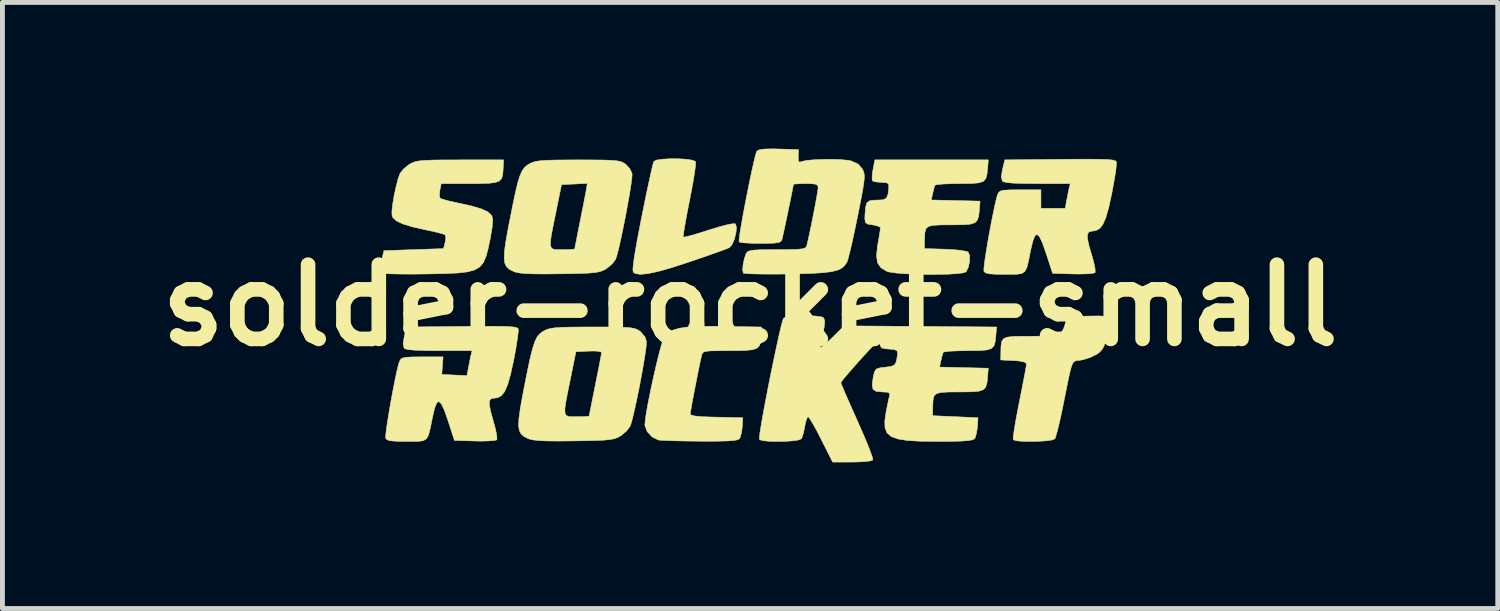
<source format=kicad_pcb>
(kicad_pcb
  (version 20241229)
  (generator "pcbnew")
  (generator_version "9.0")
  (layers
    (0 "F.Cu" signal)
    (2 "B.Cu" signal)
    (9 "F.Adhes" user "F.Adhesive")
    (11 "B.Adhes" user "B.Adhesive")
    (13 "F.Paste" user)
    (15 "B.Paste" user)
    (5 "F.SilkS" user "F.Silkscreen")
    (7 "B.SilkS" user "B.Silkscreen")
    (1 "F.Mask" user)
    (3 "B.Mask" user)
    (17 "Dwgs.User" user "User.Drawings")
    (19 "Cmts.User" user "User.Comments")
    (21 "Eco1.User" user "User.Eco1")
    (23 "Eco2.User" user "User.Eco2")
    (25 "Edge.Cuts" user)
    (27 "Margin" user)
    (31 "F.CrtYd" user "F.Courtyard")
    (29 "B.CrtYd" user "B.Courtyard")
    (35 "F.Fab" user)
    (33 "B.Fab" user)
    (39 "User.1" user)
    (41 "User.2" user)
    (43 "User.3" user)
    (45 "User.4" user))
  (footprint "solder-rocket-small"
    (layer "F.Cu")
    (at 12.344 3.216)
    (property "Reference" "solder-rocket-small" (at 0 0 0) (layer "F.SilkS") (effects (font (size 1.524 1.524) (thickness 0.3))))
    (attr through_hole)
    (fp_poly (pts (xy -1.48 -3.008) (xy -1.322 -2.999) (xy -1.196 -2.981) (xy -1.124 -2.955) (xy -1.117 -2.946) (xy -1.118 -2.886) (xy -1.134 -2.759) (xy -1.162 -2.578) (xy -1.202 -2.358) (xy -1.242 -2.152) (xy -1.289 -1.914) (xy -1.327 -1.706) (xy -1.355 -1.542) (xy -1.37 -1.435) (xy -1.371 -1.399) (xy -1.326 -1.405) (xy -1.217 -1.432) (xy -1.059 -1.478) (xy -0.868 -1.538) (xy -0.846 -1.546) (xy -0.611 -1.617) (xy -0.437 -1.662) (xy -0.33 -1.677) (xy -0.299 -1.67) (xy -0.279 -1.599) (xy -0.29 -1.484) (xy -0.323 -1.356) (xy -0.371 -1.245) (xy -0.424 -1.185) (xy -0.488 -1.158) (xy -0.618 -1.11) (xy -0.8 -1.045) (xy -1.019 -0.969) (xy -1.253 -0.889) (xy -1.602 -0.775) (xy -1.881 -0.696) (xy -2.096 -0.65) (xy -2.252 -0.635) (xy -2.355 -0.652) (xy -2.397 -0.679) (xy -2.405 -0.73) (xy -2.396 -0.851) (xy -2.367 -1.045) (xy -2.32 -1.315) (xy -2.254 -1.663) (xy -2.225 -1.811) (xy -2.165 -2.106) (xy -2.11 -2.374) (xy -2.06 -2.604) (xy -2.02 -2.786) (xy -1.99 -2.906) (xy -1.975 -2.953) (xy -1.918 -2.981) (xy -1.8 -2.999) (xy -1.647 -3.008) (xy -1.48 -3.008)) (stroke (width 0.01) (type solid)) (fill yes) (layer "F.SilkS"))
    (fp_poly (pts (xy -0.55 0.433) (xy 0.233 0.445) (xy 0.224 0.628) (xy 0.216 0.744) (xy 0.193 0.826) (xy 0.143 0.88) (xy 0.053 0.911) (xy -0.089 0.926) (xy -0.297 0.931) (xy -0.428 0.931) (xy -0.651 0.932) (xy -0.804 0.935) (xy -0.9 0.944) (xy -0.955 0.96) (xy -0.981 0.986) (xy -0.994 1.025) (xy -0.994 1.027) (xy -1.021 1.146) (xy -1.056 1.312) (xy -1.094 1.505) (xy -1.134 1.707) (xy -1.171 1.9) (xy -1.201 2.063) (xy -1.221 2.179) (xy -1.228 2.227) (xy -1.208 2.252) (xy -1.141 2.27) (xy -1.017 2.283) (xy -0.825 2.292) (xy -0.688 2.295) (xy -0.148 2.307) (xy -0.16 2.495) (xy -0.178 2.623) (xy -0.207 2.719) (xy -0.219 2.739) (xy -0.257 2.76) (xy -0.34 2.775) (xy -0.477 2.784) (xy -0.676 2.789) (xy -0.949 2.79) (xy -1.032 2.789) (xy -1.284 2.786) (xy -1.51 2.782) (xy -1.696 2.776) (xy -1.827 2.77) (xy -1.884 2.764) (xy -2.012 2.699) (xy -2.112 2.591) (xy -2.158 2.467) (xy -2.159 2.451) (xy -2.15 2.345) (xy -2.125 2.181) (xy -2.087 1.974) (xy -2.04 1.74) (xy -1.987 1.494) (xy -1.932 1.253) (xy -1.878 1.03) (xy -1.828 0.843) (xy -1.787 0.706) (xy -1.757 0.636) (xy -1.755 0.633) (xy -1.677 0.562) (xy -1.58 0.508) (xy -1.452 0.47) (xy -1.283 0.446) (xy -1.06 0.433) (xy -0.771 0.43) (xy -0.55 0.433)) (stroke (width 0.01) (type solid)) (fill yes) (layer "F.SilkS"))
    (fp_poly (pts (xy 7.286 0.224) (xy 7.363 0.241) (xy 7.388 0.263) (xy 7.388 0.329) (xy 7.37 0.451) (xy 7.337 0.603) (xy 7.334 0.613) (xy 7.287 0.779) (xy 7.238 0.887) (xy 7.175 0.961) (xy 7.119 1.002) (xy 6.983 1.07) (xy 6.825 1.119) (xy 6.794 1.124) (xy 6.735 1.131) (xy 6.689 1.137) (xy 6.654 1.152) (xy 6.624 1.187) (xy 6.597 1.251) (xy 6.568 1.355) (xy 6.534 1.507) (xy 6.491 1.719) (xy 6.434 2.001) (xy 6.411 2.117) (xy 6.366 2.33) (xy 6.322 2.515) (xy 6.285 2.655) (xy 6.259 2.733) (xy 6.254 2.741) (xy 6.196 2.764) (xy 6.079 2.781) (xy 5.925 2.791) (xy 5.757 2.795) (xy 5.599 2.792) (xy 5.474 2.781) (xy 5.406 2.762) (xy 5.4 2.756) (xy 5.401 2.705) (xy 5.417 2.584) (xy 5.445 2.409) (xy 5.485 2.193) (xy 5.525 1.987) (xy 5.573 1.747) (xy 5.614 1.533) (xy 5.647 1.361) (xy 5.667 1.245) (xy 5.673 1.201) (xy 5.635 1.166) (xy 5.521 1.143) (xy 5.408 1.134) (xy 5.144 1.122) (xy 5.147 0.95) (xy 5.15 0.826) (xy 5.165 0.739) (xy 5.203 0.684) (xy 5.278 0.653) (xy 5.404 0.639) (xy 5.592 0.635) (xy 5.748 0.635) (xy 5.998 0.633) (xy 6.178 0.623) (xy 6.3 0.6) (xy 6.379 0.559) (xy 6.427 0.497) (xy 6.46 0.407) (xy 6.466 0.381) (xy 6.503 0.233) (xy 6.935 0.221) (xy 7.147 0.218) (xy 7.286 0.224)) (stroke (width 0.01) (type solid)) (fill yes) (layer "F.SilkS"))
    (fp_poly (pts (xy -5.067 -2.801) (xy -5.076 -2.688) (xy -5.097 -2.607) (xy -5.144 -2.553) (xy -5.229 -2.52) (xy -5.364 -2.504) (xy -5.563 -2.498) (xy -5.757 -2.498) (xy -6.339 -2.498) (xy -6.366 -2.363) (xy -6.376 -2.261) (xy -6.363 -2.199) (xy -6.361 -2.197) (xy -6.307 -2.176) (xy -6.191 -2.144) (xy -6.035 -2.109) (xy -5.969 -2.095) (xy -5.703 -2.036) (xy -5.512 -1.978) (xy -5.384 -1.919) (xy -5.31 -1.852) (xy -5.298 -1.833) (xy -5.282 -1.754) (xy -5.291 -1.617) (xy -5.325 -1.411) (xy -5.333 -1.368) (xy -5.376 -1.162) (xy -5.42 -1) (xy -5.473 -0.877) (xy -5.548 -0.788) (xy -5.653 -0.726) (xy -5.8 -0.686) (xy -5.999 -0.663) (xy -6.259 -0.651) (xy -6.592 -0.644) (xy -6.674 -0.643) (xy -6.953 -0.64) (xy -7.196 -0.642) (xy -7.39 -0.646) (xy -7.525 -0.654) (xy -7.589 -0.665) (xy -7.593 -0.668) (xy -7.597 -0.728) (xy -7.582 -0.839) (xy -7.565 -0.914) (xy -7.514 -1.122) (xy -6.903 -1.143) (xy -6.292 -1.164) (xy -6.259 -1.29) (xy -6.244 -1.387) (xy -6.256 -1.445) (xy -6.256 -1.445) (xy -6.309 -1.466) (xy -6.424 -1.497) (xy -6.58 -1.532) (xy -6.646 -1.546) (xy -6.924 -1.608) (xy -7.124 -1.669) (xy -7.257 -1.731) (xy -7.331 -1.8) (xy -7.348 -1.84) (xy -7.351 -1.929) (xy -7.335 -2.075) (xy -7.306 -2.251) (xy -7.267 -2.431) (xy -7.226 -2.591) (xy -7.185 -2.704) (xy -7.184 -2.706) (xy -7.114 -2.796) (xy -7.007 -2.884) (xy -6.985 -2.898) (xy -6.929 -2.927) (xy -6.868 -2.949) (xy -6.787 -2.964) (xy -6.676 -2.974) (xy -6.52 -2.981) (xy -6.308 -2.984) (xy -6.026 -2.984) (xy -5.948 -2.985) (xy -5.059 -2.985) (xy -5.067 -2.801)) (stroke (width 0.01) (type solid)) (fill yes) (layer "F.SilkS"))
    (fp_poly (pts (xy -3.236 -2.984) (xy -3.017 -2.982) (xy -2.857 -2.977) (xy -2.745 -2.967) (xy -2.667 -2.953) (xy -2.611 -2.932) (xy -2.565 -2.904) (xy -2.554 -2.896) (xy -2.468 -2.805) (xy -2.422 -2.705) (xy -2.421 -2.7) (xy -2.425 -2.619) (xy -2.444 -2.473) (xy -2.475 -2.277) (xy -2.516 -2.049) (xy -2.561 -1.805) (xy -2.61 -1.563) (xy -2.657 -1.338) (xy -2.701 -1.147) (xy -2.738 -1.008) (xy -2.76 -0.944) (xy -2.833 -0.847) (xy -2.943 -0.756) (xy -2.963 -0.743) (xy -3.023 -0.712) (xy -3.091 -0.689) (xy -3.181 -0.673) (xy -3.306 -0.661) (xy -3.481 -0.654) (xy -3.717 -0.648) (xy -3.916 -0.646) (xy -4.219 -0.643) (xy -4.45 -0.645) (xy -4.62 -0.652) (xy -4.741 -0.665) (xy -4.826 -0.684) (xy -4.858 -0.697) (xy -4.94 -0.739) (xy -4.998 -0.791) (xy -5.033 -0.864) (xy -5.047 -0.967) (xy -5.04 -1.114) (xy -5.014 -1.302) (xy -4.097 -1.302) (xy -4.094 -1.216) (xy -4.069 -1.168) (xy -4.018 -1.147) (xy -3.94 -1.143) (xy -3.852 -1.143) (xy -3.718 -1.145) (xy -3.626 -1.151) (xy -3.598 -1.158) (xy -3.591 -1.203) (xy -3.569 -1.315) (xy -3.538 -1.476) (xy -3.499 -1.67) (xy -3.498 -1.677) (xy -3.455 -1.89) (xy -3.416 -2.089) (xy -3.385 -2.249) (xy -3.368 -2.341) (xy -3.34 -2.502) (xy -3.605 -2.489) (xy -3.87 -2.477) (xy -3.986 -1.905) (xy -4.041 -1.636) (xy -4.079 -1.439) (xy -4.097 -1.302) (xy -5.014 -1.302) (xy -5.012 -1.314) (xy -4.965 -1.58) (xy -4.927 -1.772) (xy -4.863 -2.094) (xy -4.81 -2.344) (xy -4.764 -2.531) (xy -4.72 -2.667) (xy -4.676 -2.764) (xy -4.628 -2.83) (xy -4.571 -2.878) (xy -4.522 -2.908) (xy -4.464 -2.934) (xy -4.393 -2.954) (xy -4.296 -2.968) (xy -4.16 -2.977) (xy -3.973 -2.982) (xy -3.722 -2.984) (xy -3.527 -2.985) (xy -3.236 -2.984)) (stroke (width 0.01) (type solid)) (fill yes) (layer "F.SilkS"))
    (fp_poly (pts (xy -2.94 0.445) (xy -2.72 0.447) (xy -2.561 0.452) (xy -2.448 0.462) (xy -2.37 0.476) (xy -2.315 0.497) (xy -2.269 0.525) (xy -2.257 0.533) (xy -2.156 0.649) (xy -2.126 0.745) (xy -2.131 0.832) (xy -2.151 0.984) (xy -2.183 1.185) (xy -2.224 1.416) (xy -2.27 1.662) (xy -2.319 1.904) (xy -2.367 2.125) (xy -2.41 2.309) (xy -2.446 2.439) (xy -2.463 2.484) (xy -2.537 2.582) (xy -2.647 2.673) (xy -2.667 2.686) (xy -2.727 2.717) (xy -2.795 2.74) (xy -2.885 2.756) (xy -3.01 2.768) (xy -3.184 2.775) (xy -3.421 2.78) (xy -3.619 2.783) (xy -3.923 2.786) (xy -4.154 2.784) (xy -4.324 2.777) (xy -4.445 2.764) (xy -4.529 2.745) (xy -4.562 2.732) (xy -4.643 2.69) (xy -4.701 2.638) (xy -4.737 2.565) (xy -4.751 2.462) (xy -4.743 2.315) (xy -4.717 2.127) (xy -3.801 2.127) (xy -3.798 2.213) (xy -3.772 2.261) (xy -3.721 2.282) (xy -3.644 2.286) (xy -3.556 2.286) (xy -3.422 2.284) (xy -3.33 2.278) (xy -3.302 2.271) (xy -3.294 2.227) (xy -3.272 2.114) (xy -3.239 1.948) (xy -3.198 1.744) (xy -3.175 1.63) (xy -3.131 1.409) (xy -3.093 1.217) (xy -3.065 1.069) (xy -3.05 0.981) (xy -3.048 0.965) (xy -3.086 0.947) (xy -3.187 0.938) (xy -3.311 0.94) (xy -3.574 0.953) (xy -3.69 1.524) (xy -3.745 1.793) (xy -3.782 1.99) (xy -3.801 2.127) (xy -4.717 2.127) (xy -4.716 2.115) (xy -4.668 1.849) (xy -4.631 1.657) (xy -4.567 1.335) (xy -4.514 1.085) (xy -4.467 0.898) (xy -4.424 0.762) (xy -4.38 0.665) (xy -4.332 0.599) (xy -4.275 0.551) (xy -4.226 0.521) (xy -4.168 0.495) (xy -4.097 0.475) (xy -3.999 0.461) (xy -3.864 0.452) (xy -3.676 0.447) (xy -3.425 0.445) (xy -3.231 0.445) (xy -2.94 0.445)) (stroke (width 0.01) (type solid)) (fill yes) (layer "F.SilkS"))
    (fp_poly (pts (xy 7.184 -2.997) (xy 7.331 -2.992) (xy 7.429 -2.983) (xy 7.487 -2.97) (xy 7.514 -2.953) (xy 7.518 -2.947) (xy 7.519 -2.885) (xy 7.504 -2.758) (xy 7.476 -2.581) (xy 7.438 -2.372) (xy 7.424 -2.301) (xy 7.363 -2.017) (xy 7.304 -1.808) (xy 7.242 -1.663) (xy 7.174 -1.575) (xy 7.094 -1.532) (xy 7.028 -1.524) (xy 6.958 -1.509) (xy 6.924 -1.458) (xy 6.925 -1.36) (xy 6.961 -1.202) (xy 7.005 -1.055) (xy 7.053 -0.887) (xy 7.08 -0.755) (xy 7.083 -0.678) (xy 7.078 -0.669) (xy 7.022 -0.654) (xy 6.902 -0.645) (xy 6.738 -0.642) (xy 6.625 -0.644) (xy 6.209 -0.656) (xy 6.078 -1.058) (xy 6.003 -1.273) (xy 5.942 -1.405) (xy 5.89 -1.455) (xy 5.845 -1.425) (xy 5.802 -1.315) (xy 5.757 -1.125) (xy 5.756 -1.12) (xy 5.716 -0.914) (xy 5.681 -0.776) (xy 5.638 -0.693) (xy 5.572 -0.651) (xy 5.467 -0.636) (xy 5.31 -0.635) (xy 5.228 -0.635) (xy 5.031 -0.638) (xy 4.904 -0.647) (xy 4.832 -0.666) (xy 4.8 -0.696) (xy 4.799 -0.699) (xy 4.799 -0.759) (xy 4.813 -0.885) (xy 4.839 -1.061) (xy 4.873 -1.27) (xy 4.913 -1.495) (xy 4.955 -1.72) (xy 4.997 -1.929) (xy 5.035 -2.104) (xy 5.066 -2.23) (xy 5.081 -2.275) (xy 5.104 -2.319) (xy 5.142 -2.347) (xy 5.211 -2.362) (xy 5.329 -2.369) (xy 5.511 -2.371) (xy 5.545 -2.371) (xy 5.969 -2.371) (xy 5.969 -1.99) (xy 6.218 -1.99) (xy 6.468 -1.99) (xy 6.496 -2.148) (xy 6.522 -2.281) (xy 6.546 -2.394) (xy 6.548 -2.402) (xy 6.571 -2.498) (xy 5.894 -2.498) (xy 5.612 -2.5) (xy 5.407 -2.507) (xy 5.271 -2.519) (xy 5.195 -2.537) (xy 5.176 -2.551) (xy 5.156 -2.639) (xy 5.181 -2.794) (xy 5.228 -2.985) (xy 6.362 -2.996) (xy 6.709 -2.999) (xy 6.98 -2.999) (xy 7.184 -2.997)) (stroke (width 0.01) (type solid)) (fill yes) (layer "F.SilkS"))
    (fp_poly (pts (xy -5.092 0.432) (xy -4.945 0.437) (xy -4.847 0.446) (xy -4.789 0.459) (xy -4.762 0.476) (xy -4.758 0.482) (xy -4.758 0.544) (xy -4.773 0.671) (xy -4.8 0.848) (xy -4.838 1.057) (xy -4.852 1.128) (xy -4.914 1.412) (xy -4.973 1.621) (xy -5.034 1.766) (xy -5.103 1.854) (xy -5.183 1.897) (xy -5.249 1.905) (xy -5.315 1.917) (xy -5.349 1.96) (xy -5.351 2.048) (xy -5.321 2.192) (xy -5.271 2.369) (xy -5.227 2.533) (xy -5.2 2.666) (xy -5.195 2.747) (xy -5.2 2.762) (xy -5.255 2.776) (xy -5.375 2.784) (xy -5.539 2.787) (xy -5.652 2.785) (xy -6.068 2.773) (xy -6.198 2.371) (xy -6.273 2.156) (xy -6.335 2.024) (xy -6.386 1.974) (xy -6.432 2.004) (xy -6.475 2.114) (xy -6.519 2.304) (xy -6.52 2.309) (xy -6.561 2.515) (xy -6.596 2.653) (xy -6.638 2.736) (xy -6.705 2.778) (xy -6.809 2.793) (xy -6.967 2.794) (xy -7.048 2.794) (xy -7.245 2.791) (xy -7.372 2.782) (xy -7.444 2.763) (xy -7.476 2.734) (xy -7.478 2.729) (xy -7.478 2.669) (xy -7.464 2.543) (xy -7.438 2.367) (xy -7.404 2.158) (xy -7.364 1.932) (xy -7.322 1.707) (xy -7.281 1.499) (xy -7.243 1.324) (xy -7.211 1.198) (xy -7.196 1.154) (xy -7.173 1.11) (xy -7.135 1.083) (xy -7.066 1.067) (xy -6.949 1.06) (xy -6.767 1.058) (xy -6.729 1.058) (xy -6.301 1.058) (xy -6.314 1.238) (xy -6.327 1.418) (xy -6.069 1.431) (xy -5.81 1.443) (xy -5.781 1.282) (xy -5.755 1.149) (xy -5.731 1.036) (xy -5.729 1.027) (xy -5.706 0.931) (xy -6.383 0.931) (xy -6.664 0.929) (xy -6.869 0.922) (xy -7.006 0.91) (xy -7.082 0.892) (xy -7.101 0.878) (xy -7.121 0.79) (xy -7.096 0.635) (xy -7.048 0.445) (xy -5.915 0.433) (xy -5.568 0.43) (xy -5.297 0.43) (xy -5.092 0.432)) (stroke (width 0.01) (type solid)) (fill yes) (layer "F.SilkS"))
    (fp_poly (pts (xy 4.876 -2.818) (xy 4.862 -2.687) (xy 4.837 -2.598) (xy 4.785 -2.543) (xy 4.693 -2.513) (xy 4.546 -2.5) (xy 4.331 -2.498) (xy 4.298 -2.498) (xy 4.105 -2.495) (xy 3.945 -2.488) (xy 3.836 -2.477) (xy 3.796 -2.466) (xy 3.775 -2.406) (xy 3.75 -2.303) (xy 3.748 -2.298) (xy 3.719 -2.162) (xy 4.22 -2.15) (xy 4.72 -2.138) (xy 4.707 -1.971) (xy 4.693 -1.841) (xy 4.668 -1.752) (xy 4.616 -1.696) (xy 4.525 -1.666) (xy 4.379 -1.654) (xy 4.165 -1.651) (xy 4.125 -1.651) (xy 3.903 -1.65) (xy 3.752 -1.641) (xy 3.659 -1.617) (xy 3.608 -1.569) (xy 3.587 -1.49) (xy 3.581 -1.371) (xy 3.58 -1.336) (xy 3.577 -1.164) (xy 3.998 -1.152) (xy 4.183 -1.142) (xy 4.339 -1.126) (xy 4.445 -1.106) (xy 4.475 -1.093) (xy 4.505 -1.022) (xy 4.506 -0.907) (xy 4.481 -0.785) (xy 4.434 -0.688) (xy 4.434 -0.688) (xy 4.375 -0.666) (xy 4.249 -0.65) (xy 4.071 -0.639) (xy 3.858 -0.634) (xy 3.628 -0.633) (xy 3.396 -0.638) (xy 3.18 -0.648) (xy 2.996 -0.663) (xy 2.86 -0.682) (xy 2.805 -0.698) (xy 2.685 -0.771) (xy 2.616 -0.872) (xy 2.595 -1.015) (xy 2.615 -1.217) (xy 2.624 -1.269) (xy 2.651 -1.419) (xy 2.669 -1.536) (xy 2.675 -1.596) (xy 2.675 -1.597) (xy 2.634 -1.623) (xy 2.539 -1.647) (xy 2.51 -1.651) (xy 2.411 -1.668) (xy 2.366 -1.702) (xy 2.355 -1.778) (xy 2.358 -1.859) (xy 2.37 -2.015) (xy 2.398 -2.105) (xy 2.457 -2.147) (xy 2.562 -2.159) (xy 2.603 -2.159) (xy 2.73 -2.166) (xy 2.799 -2.201) (xy 2.832 -2.285) (xy 2.845 -2.392) (xy 2.847 -2.475) (xy 2.813 -2.512) (xy 2.722 -2.522) (xy 2.699 -2.522) (xy 2.588 -2.532) (xy 2.518 -2.55) (xy 2.512 -2.554) (xy 2.503 -2.609) (xy 2.511 -2.716) (xy 2.522 -2.783) (xy 2.561 -2.985) (xy 4.889 -2.985) (xy 4.876 -2.818)) (stroke (width 0.01) (type solid)) (fill yes) (layer "F.SilkS"))
    (fp_poly (pts (xy 0.588 -3.208) (xy 0.995 -3.196) (xy 0.988 -3.056) (xy 0.991 -2.963) (xy 1.016 -2.937) (xy 1.052 -2.948) (xy 1.143 -2.971) (xy 1.294 -2.986) (xy 1.481 -2.995) (xy 1.68 -2.996) (xy 1.866 -2.99) (xy 2.014 -2.976) (xy 2.07 -2.965) (xy 2.215 -2.902) (xy 2.305 -2.798) (xy 2.309 -2.79) (xy 2.33 -2.743) (xy 2.343 -2.689) (xy 2.345 -2.619) (xy 2.335 -2.518) (xy 2.313 -2.375) (xy 2.276 -2.177) (xy 2.224 -1.913) (xy 2.205 -1.819) (xy 2.151 -1.557) (xy 2.1 -1.32) (xy 2.054 -1.122) (xy 2.017 -0.975) (xy 1.993 -0.896) (xy 1.99 -0.89) (xy 1.943 -0.818) (xy 1.881 -0.762) (xy 1.792 -0.72) (xy 1.668 -0.69) (xy 1.496 -0.669) (xy 1.266 -0.655) (xy 0.968 -0.646) (xy 0.783 -0.643) (xy 0.516 -0.64) (xy 0.278 -0.641) (xy 0.083 -0.644) (xy -0.058 -0.65) (xy -0.132 -0.658) (xy -0.139 -0.661) (xy -0.152 -0.722) (xy -0.144 -0.83) (xy -0.119 -0.954) (xy -0.082 -1.061) (xy -0.078 -1.069) (xy -0.053 -1.099) (xy -0.007 -1.119) (xy 0.074 -1.133) (xy 0.205 -1.14) (xy 0.398 -1.143) (xy 0.549 -1.143) (xy 0.785 -1.144) (xy 0.95 -1.148) (xy 1.057 -1.157) (xy 1.119 -1.172) (xy 1.15 -1.196) (xy 1.161 -1.217) (xy 1.183 -1.303) (xy 1.214 -1.446) (xy 1.252 -1.628) (xy 1.293 -1.828) (xy 1.331 -2.026) (xy 1.364 -2.204) (xy 1.387 -2.34) (xy 1.397 -2.415) (xy 1.397 -2.419) (xy 1.386 -2.463) (xy 1.34 -2.487) (xy 1.241 -2.496) (xy 1.143 -2.498) (xy 1.009 -2.495) (xy 0.917 -2.489) (xy 0.889 -2.482) (xy 0.881 -2.432) (xy 0.859 -2.318) (xy 0.827 -2.159) (xy 0.789 -1.975) (xy 0.749 -1.784) (xy 0.712 -1.607) (xy 0.68 -1.461) (xy 0.658 -1.367) (xy 0.653 -1.344) (xy 0.631 -1.31) (xy 0.583 -1.288) (xy 0.491 -1.276) (xy 0.341 -1.271) (xy 0.211 -1.27) (xy 0.032 -1.273) (xy -0.113 -1.281) (xy -0.204 -1.293) (xy -0.226 -1.302) (xy -0.225 -1.353) (xy -0.209 -1.473) (xy -0.181 -1.645) (xy -0.144 -1.856) (xy -0.1 -2.091) (xy -0.052 -2.334) (xy -0.004 -2.571) (xy 0.042 -2.787) (xy 0.083 -2.968) (xy 0.115 -3.098) (xy 0.137 -3.163) (xy 0.139 -3.166) (xy 0.192 -3.193) (xy 0.303 -3.208) (xy 0.483 -3.211) (xy 0.588 -3.208)) (stroke (width 0.01) (type solid)) (fill yes) (layer "F.SilkS"))
    (fp_poly (pts (xy 1.348 0.22) (xy 1.463 0.237) (xy 1.51 0.257) (xy 1.531 0.318) (xy 1.522 0.44) (xy 1.499 0.564) (xy 1.469 0.707) (xy 1.448 0.817) (xy 1.441 0.867) (xy 1.467 0.858) (xy 1.539 0.801) (xy 1.643 0.705) (xy 1.685 0.665) (xy 1.93 0.422) (xy 3.494 0.433) (xy 5.059 0.445) (xy 5.045 0.611) (xy 5.032 0.742) (xy 5.006 0.831) (xy 4.954 0.886) (xy 4.862 0.916) (xy 4.716 0.929) (xy 4.501 0.931) (xy 4.467 0.931) (xy 4.274 0.934) (xy 4.114 0.941) (xy 4.005 0.952) (xy 3.966 0.963) (xy 3.944 1.023) (xy 3.919 1.126) (xy 3.918 1.131) (xy 3.889 1.267) (xy 4.389 1.279) (xy 4.889 1.291) (xy 4.876 1.458) (xy 4.863 1.588) (xy 4.837 1.677) (xy 4.786 1.733) (xy 4.694 1.763) (xy 4.549 1.775) (xy 4.335 1.778) (xy 4.294 1.778) (xy 4.072 1.779) (xy 3.922 1.788) (xy 3.828 1.812) (xy 3.777 1.86) (xy 3.756 1.939) (xy 3.75 2.058) (xy 3.75 2.093) (xy 3.747 2.265) (xy 4.212 2.286) (xy 4.678 2.307) (xy 4.666 2.495) (xy 4.648 2.623) (xy 4.619 2.719) (xy 4.607 2.739) (xy 4.566 2.761) (xy 4.477 2.776) (xy 4.331 2.787) (xy 4.119 2.792) (xy 3.846 2.794) (xy 3.501 2.79) (xy 3.233 2.775) (xy 3.034 2.743) (xy 2.895 2.692) (xy 2.809 2.616) (xy 2.768 2.511) (xy 2.765 2.372) (xy 2.79 2.195) (xy 2.791 2.193) (xy 2.82 2.041) (xy 2.847 1.915) (xy 2.863 1.852) (xy 2.863 1.805) (xy 2.815 1.783) (xy 2.711 1.778) (xy 2.588 1.766) (xy 2.523 1.722) (xy 2.506 1.628) (xy 2.527 1.475) (xy 2.553 1.365) (xy 2.589 1.309) (xy 2.663 1.283) (xy 2.772 1.27) (xy 2.898 1.253) (xy 2.964 1.224) (xy 2.997 1.165) (xy 3.011 1.101) (xy 3.029 0.993) (xy 3.016 0.933) (xy 2.955 0.906) (xy 2.829 0.896) (xy 2.794 0.894) (xy 2.701 0.876) (xy 2.668 0.823) (xy 2.667 0.801) (xy 2.654 0.736) (xy 2.633 0.727) (xy 2.591 0.763) (xy 2.508 0.848) (xy 2.397 0.967) (xy 2.271 1.105) (xy 2.143 1.249) (xy 2.025 1.384) (xy 1.931 1.495) (xy 1.874 1.568) (xy 1.863 1.589) (xy 1.879 1.635) (xy 1.926 1.746) (xy 1.997 1.909) (xy 2.087 2.113) (xy 2.191 2.344) (xy 2.204 2.375) (xy 2.308 2.61) (xy 2.397 2.819) (xy 2.465 2.991) (xy 2.508 3.113) (xy 2.52 3.172) (xy 2.519 3.174) (xy 2.467 3.194) (xy 2.349 3.208) (xy 2.183 3.216) (xy 2.093 3.217) (xy 1.694 3.217) (xy 1.46 2.752) (xy 1.368 2.573) (xy 1.287 2.427) (xy 1.225 2.326) (xy 1.191 2.286) (xy 1.19 2.286) (xy 1.163 2.324) (xy 1.135 2.42) (xy 1.123 2.487) (xy 1.096 2.618) (xy 1.064 2.716) (xy 1.049 2.741) (xy 0.99 2.765) (xy 0.87 2.782) (xy 0.715 2.792) (xy 0.547 2.795) (xy 0.389 2.79) (xy 0.264 2.778) (xy 0.195 2.757) (xy 0.191 2.752) (xy 0.192 2.7) (xy 0.208 2.578) (xy 0.237 2.4) (xy 0.277 2.176) (xy 0.325 1.921) (xy 0.378 1.647) (xy 0.434 1.366) (xy 0.491 1.092) (xy 0.545 0.837) (xy 0.594 0.614) (xy 0.636 0.436) (xy 0.668 0.315) (xy 0.687 0.265) (xy 0.749 0.239) (xy 0.87 0.222) (xy 1.027 0.213) (xy 1.195 0.212) (xy 1.348 0.22)) (stroke (width 0.01) (type solid)) (fill yes) (layer "F.SilkS")))
  (gr_rect
    (start -3 -3)
    (end 27.689 9.438)
    (stroke (width 0.1) (type default))
    (fill no)
    (layer "Edge.Cuts")))
</source>
